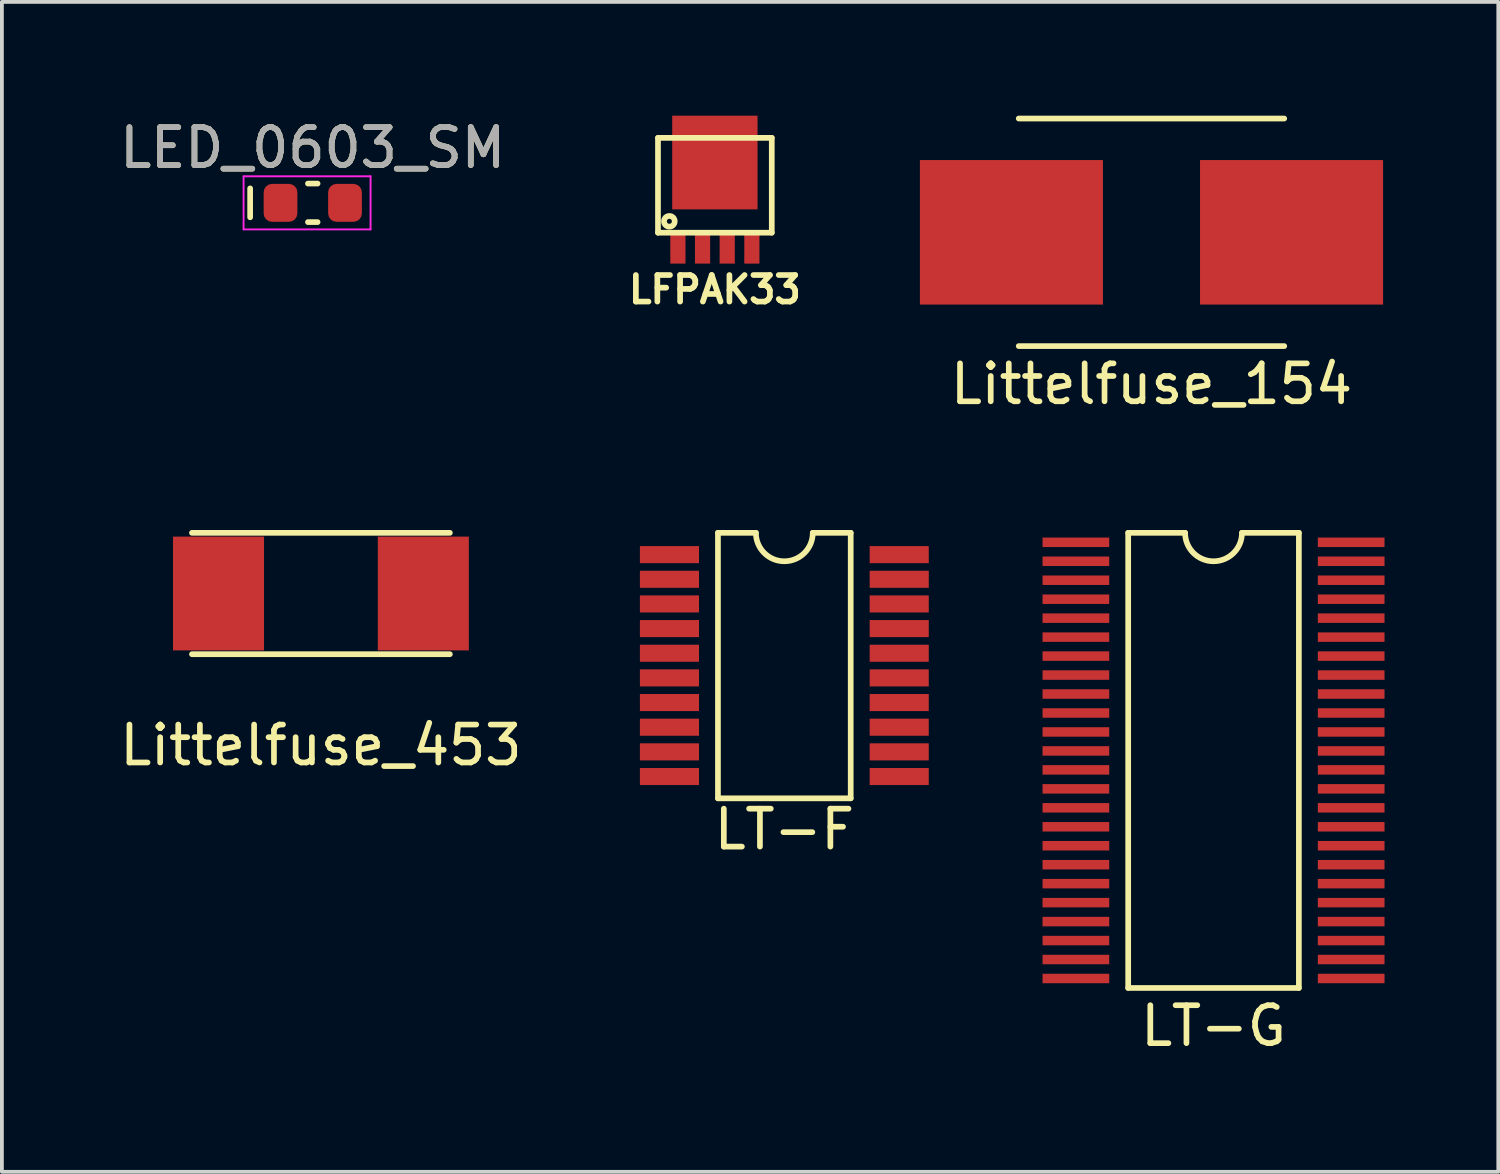
<source format=kicad_pcb>
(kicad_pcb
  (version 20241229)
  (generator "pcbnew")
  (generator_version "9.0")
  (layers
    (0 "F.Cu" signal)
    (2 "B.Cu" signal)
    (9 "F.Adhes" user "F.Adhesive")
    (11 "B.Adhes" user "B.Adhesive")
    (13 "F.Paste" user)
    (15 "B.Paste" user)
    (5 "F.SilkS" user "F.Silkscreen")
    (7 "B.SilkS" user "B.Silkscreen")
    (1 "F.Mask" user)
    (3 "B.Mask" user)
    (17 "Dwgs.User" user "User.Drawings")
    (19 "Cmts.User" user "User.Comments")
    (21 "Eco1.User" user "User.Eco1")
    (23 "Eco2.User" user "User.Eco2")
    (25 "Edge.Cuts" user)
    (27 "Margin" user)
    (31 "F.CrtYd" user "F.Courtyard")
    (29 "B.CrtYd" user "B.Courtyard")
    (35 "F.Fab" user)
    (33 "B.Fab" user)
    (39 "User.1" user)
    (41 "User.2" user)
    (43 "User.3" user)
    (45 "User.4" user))
  (footprint "LT-F"
    (layer "F.Cu")
    (at 17.629 14.498)
    (property "Reference" "LT-F" (at 0 4.318 0) (layer "F.SilkS") (effects (font (size 1 1) (thickness 0.15))))
    (attr through_hole)
    (fp_line (start -1.75 -3.5) (end -1.75 3.5) (stroke (width 0.15) (type solid)) (layer "F.SilkS"))
    (fp_line (start -1.75 -3.5) (end -0.75 -3.5) (stroke (width 0.15) (type solid)) (layer "F.SilkS"))
    (fp_line (start -1.75 3.5) (end 1.75 3.5) (stroke (width 0.15) (type solid)) (layer "F.SilkS"))
    (fp_line (start 0.75 -3.5) (end 1.75 -3.5) (stroke (width 0.15) (type solid)) (layer "F.SilkS"))
    (fp_line (start 1.75 -3.5) (end 1.75 3.5) (stroke (width 0.15) (type solid)) (layer "F.SilkS"))
    (fp_arc (start 0.75 -3.5) (mid 0 -2.75) (end -0.75 -3.5) (stroke (width 0.15) (type solid)) (layer "F.SilkS"))
    (pad "1" smd rect (at -3.029 -2.925) (size 1.558 0.45) (layers "F.Cu" "F.Mask" "F.Paste"))
    (pad "2" smd rect (at -3.029 -2.275) (size 1.558 0.45) (layers "F.Cu" "F.Mask" "F.Paste"))
    (pad "3" smd rect (at -3.029 -1.625) (size 1.558 0.45) (layers "F.Cu" "F.Mask" "F.Paste"))
    (pad "4" smd rect (at -3.029 -0.975) (size 1.558 0.45) (layers "F.Cu" "F.Mask" "F.Paste"))
    (pad "5" smd rect (at -3.029 -0.325) (size 1.558 0.45) (layers "F.Cu" "F.Mask" "F.Paste"))
    (pad "6" smd rect (at -3.029 0.325) (size 1.558 0.45) (layers "F.Cu" "F.Mask" "F.Paste"))
    (pad "7" smd rect (at -3.029 0.975) (size 1.558 0.45) (layers "F.Cu" "F.Mask" "F.Paste"))
    (pad "8" smd rect (at -3.029 1.625) (size 1.558 0.45) (layers "F.Cu" "F.Mask" "F.Paste"))
    (pad "9" smd rect (at -3.029 2.275) (size 1.558 0.45) (layers "F.Cu" "F.Mask" "F.Paste"))
    (pad "10" smd rect (at -3.029 2.925) (size 1.558 0.45) (layers "F.Cu" "F.Mask" "F.Paste"))
    (pad "11" smd rect (at 3.029 2.925) (size 1.558 0.45) (layers "F.Cu" "F.Mask" "F.Paste"))
    (pad "12" smd rect (at 3.029 2.275) (size 1.558 0.45) (layers "F.Cu" "F.Mask" "F.Paste"))
    (pad "13" smd rect (at 3.029 1.625) (size 1.558 0.45) (layers "F.Cu" "F.Mask" "F.Paste"))
    (pad "14" smd rect (at 3.029 0.975) (size 1.558 0.45) (layers "F.Cu" "F.Mask" "F.Paste"))
    (pad "15" smd rect (at 3.029 0.325) (size 1.558 0.45) (layers "F.Cu" "F.Mask" "F.Paste"))
    (pad "16" smd rect (at 3.029 -0.325) (size 1.558 0.45) (layers "F.Cu" "F.Mask" "F.Paste"))
    (pad "17" smd rect (at 3.029 -0.975) (size 1.558 0.45) (layers "F.Cu" "F.Mask" "F.Paste"))
    (pad "18" smd rect (at 3.029 -1.625) (size 1.558 0.45) (layers "F.Cu" "F.Mask" "F.Paste"))
    (pad "19" smd rect (at 3.029 -2.275) (size 1.558 0.45) (layers "F.Cu" "F.Mask" "F.Paste"))
    (pad "20" smd rect (at 3.029 -2.925) (size 1.558 0.45) (layers "F.Cu" "F.Mask" "F.Paste")))
  (footprint "Littelfuse_453"
    (layer "F.Cu")
    (at 5.411 12.598)
    (property "Reference" "Littelfuse_453" (at 0 4 0) (layer "F.SilkS") (effects (font (size 1 1) (thickness 0.15))))
    (attr through_hole)
    (fp_line (start -3.4 -1.6) (end 3.4 -1.6) (stroke (width 0.15) (type solid)) (layer "F.SilkS"))
    (fp_line (start -3.4 1.6) (end 3.4 1.6) (stroke (width 0.15) (type solid)) (layer "F.SilkS"))
    (pad "1" smd rect (at -2.7 0) (size 2.4 3) (layers "F.Cu" "F.Mask" "F.Paste"))
    (pad "2" smd rect (at 2.7 0) (size 2.4 3) (layers "F.Cu" "F.Mask" "F.Paste")))
  (footprint "Littelfuse_154"
    (layer "F.Cu")
    (at 27.309 3.075)
    (property "Reference" "Littelfuse_154" (at 0 4 0) (layer "F.SilkS") (effects (font (size 1 1) (thickness 0.15))))
    (attr through_hole)
    (fp_line (start -3.5 -3) (end 3.5 -3) (stroke (width 0.15) (type solid)) (layer "F.SilkS"))
    (fp_line (start -3.5 3) (end 3.5 3) (stroke (width 0.15) (type solid)) (layer "F.SilkS"))
    (pad "1" smd rect (at -3.693 0) (size 4.826 3.81) (layers "F.Cu" "F.Mask" "F.Paste"))
    (pad "2" smd rect (at 3.693 0) (size 4.826 3.81) (layers "F.Cu" "F.Mask" "F.Paste")))
  (footprint "LFPAK33"
    (layer "F.Cu")
    (at 15.798 3.085)
    (property "Reference" "LFPAK33" (at 0 1.5 0) (layer "F.SilkS") (effects (font (size 0.7 0.7) (thickness 0.15))))
    (attr through_hole)
    (fp_line (start -1.5 -2.5) (end -1.5 0) (stroke (width 0.15) (type solid)) (layer "F.SilkS"))
    (fp_line (start -1.5 0) (end 1.5 0) (stroke (width 0.15) (type solid)) (layer "F.SilkS"))
    (fp_line (start 1.5 -2.5) (end -1.5 -2.5) (stroke (width 0.15) (type solid)) (layer "F.SilkS"))
    (fp_line (start 1.5 0) (end 1.5 -2.5) (stroke (width 0.15) (type solid)) (layer "F.SilkS"))
    (fp_circle (center -1.2 -0.3) (end -1.1 -0.2) (stroke (width 0.15) (type solid)) (fill no) (layer "F.SilkS"))
    (pad "1" smd rect (at -0.975 0.4) (size 0.4 0.83) (layers "F.Cu" "F.Mask" "F.Paste"))
    (pad "2" smd rect (at -0.325 0.4) (size 0.4 0.83) (layers "F.Cu" "F.Mask" "F.Paste"))
    (pad "3" smd rect (at 0.325 0.4) (size 0.4 0.83) (layers "F.Cu" "F.Mask" "F.Paste"))
    (pad "4" smd rect (at 0.975 0.4) (size 0.4 0.83) (layers "F.Cu" "F.Mask" "F.Paste"))
    (pad "5" smd rect (at 0 -1.85) (size 2.25 2.47) (layers "F.Cu" "F.Mask" "F.Paste")))
  (footprint "LED_0603_SM"
    (layer "F.Cu")
    (at 5.196 2.298)
    (property "Reference" "LED_0603_SM" (at 0 -1.45 0) (layer "F.SilkS") (effects (font (size 1 1) (thickness 0.15))))
    (attr smd)
    (fp_line (start -1.651 -0.381) (end -1.651 0.381) (stroke (width 0.15) (type solid)) (layer "F.SilkS"))
    (fp_line (start -0.127 -0.508) (end 0.127 -0.508) (stroke (width 0.15) (type solid)) (layer "F.SilkS"))
    (fp_line (start -0.127 0.508) (end 0.127 0.508) (stroke (width 0.15) (type solid)) (layer "F.SilkS"))
    (fp_line (start -1.824 -0.7) (end -1.824 0.7) (stroke (width 0.05) (type solid)) (layer "F.CrtYd"))
    (fp_line (start -1.824 -0.7) (end 1.524 -0.7) (stroke (width 0.05) (type solid)) (layer "F.CrtYd"))
    (fp_line (start 1.524 0.7) (end -1.824 0.7) (stroke (width 0.05) (type solid)) (layer "F.CrtYd"))
    (fp_line (start 1.524 0.7) (end 1.524 -0.7) (stroke (width 0.05) (type solid)) (layer "F.CrtYd"))
    (fp_text user "${REFERENCE}" (at 0 -1.45 0) (layer "F.Fab") (effects (font (size 1 1) (thickness 0.15))))
    (pad "1" smd roundrect (at -0.85 0) (size 0.889 1) (layers "F.Cu" "F.Mask" "F.Paste") (roundrect_rratio 0.25))
    (pad "2" smd roundrect (at 0.85 0) (size 0.889 1) (layers "F.Cu" "F.Mask" "F.Paste") (roundrect_rratio 0.25)))
  (footprint "LT-G"
    (layer "F.Cu")
    (at 28.945 16.998)
    (property "Reference" "LT-G" (at 0 7 0) (layer "F.SilkS") (effects (font (size 1 1) (thickness 0.15))))
    (attr through_hole)
    (fp_line (start -2.25 -6) (end -0.75 -6) (stroke (width 0.15) (type solid)) (layer "F.SilkS"))
    (fp_line (start -2.25 6) (end -2.25 -6) (stroke (width 0.15) (type solid)) (layer "F.SilkS"))
    (fp_line (start 0.75 -6) (end 2.25 -6) (stroke (width 0.15) (type solid)) (layer "F.SilkS"))
    (fp_line (start 2.25 -6) (end 2.25 6) (stroke (width 0.15) (type solid)) (layer "F.SilkS"))
    (fp_line (start 2.25 6) (end -2.25 6) (stroke (width 0.15) (type solid)) (layer "F.SilkS"))
    (fp_arc (start 0.75 -6) (mid 0 -5.25) (end -0.75 -6) (stroke (width 0.15) (type solid)) (layer "F.SilkS"))
    (pad "1" smd rect (at -3.629 -5.75) (size 1.758 0.25) (layers "F.Cu" "F.Mask" "F.Paste"))
    (pad "2" smd rect (at -3.629 -5.25) (size 1.758 0.25) (layers "F.Cu" "F.Mask" "F.Paste"))
    (pad "3" smd rect (at -3.629 -4.75) (size 1.758 0.25) (layers "F.Cu" "F.Mask" "F.Paste"))
    (pad "4" smd rect (at -3.629 -4.25) (size 1.758 0.25) (layers "F.Cu" "F.Mask" "F.Paste"))
    (pad "5" smd rect (at -3.629 -3.75) (size 1.758 0.25) (layers "F.Cu" "F.Mask" "F.Paste"))
    (pad "6" smd rect (at -3.629 -3.25) (size 1.758 0.25) (layers "F.Cu" "F.Mask" "F.Paste"))
    (pad "7" smd rect (at -3.629 -2.75) (size 1.758 0.25) (layers "F.Cu" "F.Mask" "F.Paste"))
    (pad "8" smd rect (at -3.629 -2.25) (size 1.758 0.25) (layers "F.Cu" "F.Mask" "F.Paste"))
    (pad "9" smd rect (at -3.629 -1.75) (size 1.758 0.25) (layers "F.Cu" "F.Mask" "F.Paste"))
    (pad "10" smd rect (at -3.629 -1.25) (size 1.758 0.25) (layers "F.Cu" "F.Mask" "F.Paste"))
    (pad "11" smd rect (at -3.629 -0.75) (size 1.758 0.25) (layers "F.Cu" "F.Mask" "F.Paste"))
    (pad "12" smd rect (at -3.629 -0.25) (size 1.758 0.25) (layers "F.Cu" "F.Mask" "F.Paste"))
    (pad "13" smd rect (at -3.629 0.25) (size 1.758 0.25) (layers "F.Cu" "F.Mask" "F.Paste"))
    (pad "14" smd rect (at -3.629 0.75) (size 1.758 0.25) (layers "F.Cu" "F.Mask" "F.Paste"))
    (pad "15" smd rect (at -3.629 1.25) (size 1.758 0.25) (layers "F.Cu" "F.Mask" "F.Paste"))
    (pad "16" smd rect (at -3.629 1.75) (size 1.758 0.25) (layers "F.Cu" "F.Mask" "F.Paste"))
    (pad "17" smd rect (at -3.629 2.25) (size 1.758 0.25) (layers "F.Cu" "F.Mask" "F.Paste"))
    (pad "18" smd rect (at -3.629 2.75) (size 1.758 0.25) (layers "F.Cu" "F.Mask" "F.Paste"))
    (pad "19" smd rect (at -3.629 3.25) (size 1.758 0.25) (layers "F.Cu" "F.Mask" "F.Paste"))
    (pad "20" smd rect (at -3.629 3.75) (size 1.758 0.25) (layers "F.Cu" "F.Mask" "F.Paste"))
    (pad "21" smd rect (at -3.629 4.25) (size 1.758 0.25) (layers "F.Cu" "F.Mask" "F.Paste"))
    (pad "22" smd rect (at -3.629 4.75) (size 1.758 0.25) (layers "F.Cu" "F.Mask" "F.Paste"))
    (pad "23" smd rect (at -3.629 5.25) (size 1.758 0.25) (layers "F.Cu" "F.Mask" "F.Paste"))
    (pad "24" smd rect (at -3.629 5.75) (size 1.758 0.25) (layers "F.Cu" "F.Mask" "F.Paste"))
    (pad "25" smd rect (at 3.629 5.75) (size 1.758 0.25) (layers "F.Cu" "F.Mask" "F.Paste"))
    (pad "26" smd rect (at 3.629 5.25) (size 1.758 0.25) (layers "F.Cu" "F.Mask" "F.Paste"))
    (pad "27" smd rect (at 3.629 4.75) (size 1.758 0.25) (layers "F.Cu" "F.Mask" "F.Paste"))
    (pad "28" smd rect (at 3.629 4.25) (size 1.758 0.25) (layers "F.Cu" "F.Mask" "F.Paste"))
    (pad "29" smd rect (at 3.629 3.75) (size 1.758 0.25) (layers "F.Cu" "F.Mask" "F.Paste"))
    (pad "30" smd rect (at 3.629 3.25) (size 1.758 0.25) (layers "F.Cu" "F.Mask" "F.Paste"))
    (pad "31" smd rect (at 3.629 2.75) (size 1.758 0.25) (layers "F.Cu" "F.Mask" "F.Paste"))
    (pad "32" smd rect (at 3.629 2.25) (size 1.758 0.25) (layers "F.Cu" "F.Mask" "F.Paste"))
    (pad "33" smd rect (at 3.629 1.75) (size 1.758 0.25) (layers "F.Cu" "F.Mask" "F.Paste"))
    (pad "34" smd rect (at 3.629 1.25) (size 1.758 0.25) (layers "F.Cu" "F.Mask" "F.Paste"))
    (pad "35" smd rect (at 3.629 0.75) (size 1.758 0.25) (layers "F.Cu" "F.Mask" "F.Paste"))
    (pad "36" smd rect (at 3.629 0.25) (size 1.758 0.25) (layers "F.Cu" "F.Mask" "F.Paste"))
    (pad "37" smd rect (at 3.629 -0.25) (size 1.758 0.25) (layers "F.Cu" "F.Mask" "F.Paste"))
    (pad "38" smd rect (at 3.629 -0.75) (size 1.758 0.25) (layers "F.Cu" "F.Mask" "F.Paste"))
    (pad "39" smd rect (at 3.629 -1.25) (size 1.758 0.25) (layers "F.Cu" "F.Mask" "F.Paste"))
    (pad "40" smd rect (at 3.629 -1.75) (size 1.758 0.25) (layers "F.Cu" "F.Mask" "F.Paste"))
    (pad "41" smd rect (at 3.629 -2.25) (size 1.758 0.25) (layers "F.Cu" "F.Mask" "F.Paste"))
    (pad "42" smd rect (at 3.629 -2.75) (size 1.758 0.25) (layers "F.Cu" "F.Mask" "F.Paste"))
    (pad "43" smd rect (at 3.629 -3.25) (size 1.758 0.25) (layers "F.Cu" "F.Mask" "F.Paste"))
    (pad "44" smd rect (at 3.629 -3.75) (size 1.758 0.25) (layers "F.Cu" "F.Mask" "F.Paste"))
    (pad "45" smd rect (at 3.629 -4.25) (size 1.758 0.25) (layers "F.Cu" "F.Mask" "F.Paste"))
    (pad "46" smd rect (at 3.629 -4.75) (size 1.758 0.25) (layers "F.Cu" "F.Mask" "F.Paste"))
    (pad "47" smd rect (at 3.629 -5.25) (size 1.758 0.25) (layers "F.Cu" "F.Mask" "F.Paste"))
    (pad "48" smd rect (at 3.629 -5.75) (size 1.758 0.25) (layers "F.Cu" "F.Mask" "F.Paste")))
  (gr_rect
    (start -3 -3)
    (end 36.453 27.846)
    (stroke (width 0.1) (type default))
    (fill no)
    (layer "Edge.Cuts")))
</source>
